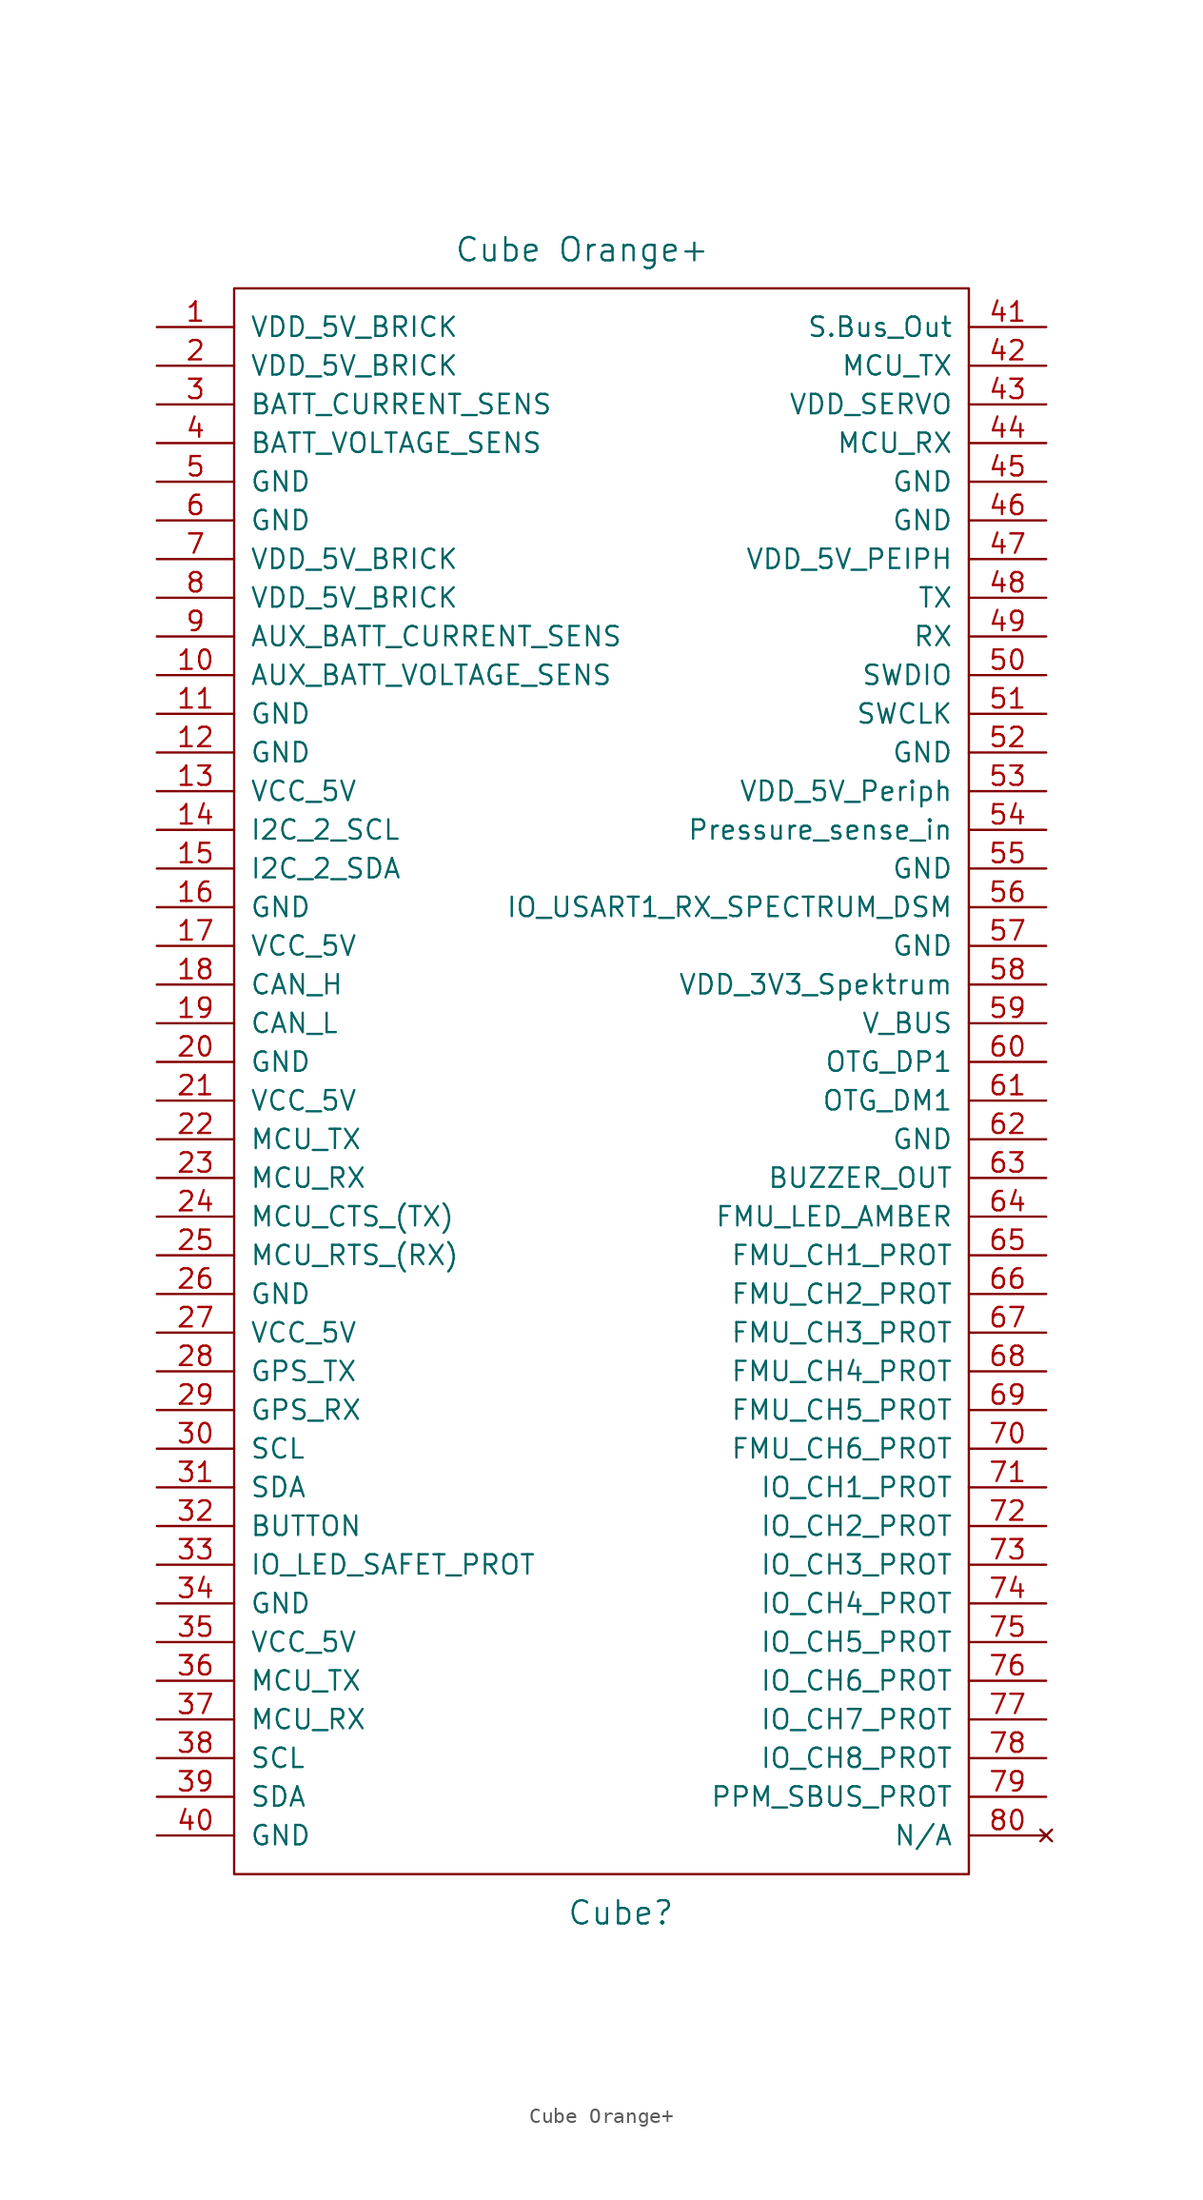
<source format=kicad_sym>
(kicad_symbol_lib
  (version 20231120)
  (generator "kicad_symbol_editor")
  (generator_version "8.0")
  (symbol "Cube Orange+"
    (pin_names
      (offset 1.016))
    (property "Reference" "Cube"
      (at 2.54 -55.88 0)
      (effects (font (size 1.524 1.524))))
    (property "Value" "Cube Orange+"
      (at 0 53.34 0)
      (effects (font (size 1.524 1.524))))
    (symbol "Cube Orange+_0_1"
      (rectangle (start -22.86 50.8) (end 25.4 -53.34) (stroke (width 0) (type solid)) (fill (type none))))
    (symbol "Cube Orange+_1_1"
      (pin input line (at -27.94 48.26 0) (length 5.08) (name "VDD_5V_BRICK" (effects (font (size 1.27 1.27)))) (number "1" (effects (font (size 1.27 1.27)))))
      (pin input line (at -27.94 25.4 0) (length 5.08) (name "AUX_BATT_VOLTAGE_SENS" (effects (font (size 1.27 1.27)))) (number "10" (effects (font (size 1.27 1.27)))))
      (pin unspecified line (at -27.94 22.86 0) (length 5.08) (name "GND" (effects (font (size 1.27 1.27)))) (number "11" (effects (font (size 1.27 1.27)))))
      (pin unspecified line (at -27.94 20.32 0) (length 5.08) (name "GND" (effects (font (size 1.27 1.27)))) (number "12" (effects (font (size 1.27 1.27)))))
      (pin output line (at -27.94 17.78 0) (length 5.08) (name "VCC_5V" (effects (font (size 1.27 1.27)))) (number "13" (effects (font (size 1.27 1.27)))))
      (pin bidirectional line (at -27.94 15.24 0) (length 5.08) (name "I2C_2_SCL" (effects (font (size 1.27 1.27)))) (number "14" (effects (font (size 1.27 1.27)))))
      (pin bidirectional line (at -27.94 12.7 0) (length 5.08) (name "I2C_2_SDA" (effects (font (size 1.27 1.27)))) (number "15" (effects (font (size 1.27 1.27)))))
      (pin unspecified line (at -27.94 10.16 0) (length 5.08) (name "GND" (effects (font (size 1.27 1.27)))) (number "16" (effects (font (size 1.27 1.27)))))
      (pin output line (at -27.94 7.62 0) (length 5.08) (name "VCC_5V" (effects (font (size 1.27 1.27)))) (number "17" (effects (font (size 1.27 1.27)))))
      (pin bidirectional line (at -27.94 5.08 0) (length 5.08) (name "CAN_H" (effects (font (size 1.27 1.27)))) (number "18" (effects (font (size 1.27 1.27)))))
      (pin bidirectional line (at -27.94 2.54 0) (length 5.08) (name "CAN_L" (effects (font (size 1.27 1.27)))) (number "19" (effects (font (size 1.27 1.27)))))
      (pin input line (at -27.94 45.72 0) (length 5.08) (name "VDD_5V_BRICK" (effects (font (size 1.27 1.27)))) (number "2" (effects (font (size 1.27 1.27)))))
      (pin unspecified line (at -27.94 0 0) (length 5.08) (name "GND" (effects (font (size 1.27 1.27)))) (number "20" (effects (font (size 1.27 1.27)))))
      (pin output line (at -27.94 -2.54 0) (length 5.08) (name "VCC_5V" (effects (font (size 1.27 1.27)))) (number "21" (effects (font (size 1.27 1.27)))))
      (pin output line (at -27.94 -5.08 0) (length 5.08) (name "MCU_TX" (effects (font (size 1.27 1.27)))) (number "22" (effects (font (size 1.27 1.27)))))
      (pin input line (at -27.94 -7.62 0) (length 5.08) (name "MCU_RX" (effects (font (size 1.27 1.27)))) (number "23" (effects (font (size 1.27 1.27)))))
      (pin output line (at -27.94 -10.16 0) (length 5.08) (name "MCU_CTS_(TX)" (effects (font (size 1.27 1.27)))) (number "24" (effects (font (size 1.27 1.27)))))
      (pin input line (at -27.94 -12.7 0) (length 5.08) (name "MCU_RTS_(RX)" (effects (font (size 1.27 1.27)))) (number "25" (effects (font (size 1.27 1.27)))))
      (pin unspecified line (at -27.94 -15.24 0) (length 5.08) (name "GND" (effects (font (size 1.27 1.27)))) (number "26" (effects (font (size 1.27 1.27)))))
      (pin input line (at -27.94 -17.78 0) (length 5.08) (name "VCC_5V" (effects (font (size 1.27 1.27)))) (number "27" (effects (font (size 1.27 1.27)))))
      (pin input line (at -27.94 -20.32 0) (length 5.08) (name "GPS_TX" (effects (font (size 1.27 1.27)))) (number "28" (effects (font (size 1.27 1.27)))))
      (pin output line (at -27.94 -22.86 0) (length 5.08) (name "GPS_RX" (effects (font (size 1.27 1.27)))) (number "29" (effects (font (size 1.27 1.27)))))
      (pin input line (at -27.94 43.18 0) (length 5.08) (name "BATT_CURRENT_SENS" (effects (font (size 1.27 1.27)))) (number "3" (effects (font (size 1.27 1.27)))))
      (pin input line (at -27.94 -25.4 0) (length 5.08) (name "SCL" (effects (font (size 1.27 1.27)))) (number "30" (effects (font (size 1.27 1.27)))))
      (pin bidirectional line (at -27.94 -27.94 0) (length 5.08) (name "SDA" (effects (font (size 1.27 1.27)))) (number "31" (effects (font (size 1.27 1.27)))))
      (pin output line (at -27.94 -30.48 0) (length 5.08) (name "BUTTON" (effects (font (size 1.27 1.27)))) (number "32" (effects (font (size 1.27 1.27)))))
      (pin output line (at -27.94 -33.02 0) (length 5.08) (name "IO_LED_SAFET_PROT" (effects (font (size 1.27 1.27)))) (number "33" (effects (font (size 1.27 1.27)))))
      (pin unspecified line (at -27.94 -35.56 0) (length 5.08) (name "GND" (effects (font (size 1.27 1.27)))) (number "34" (effects (font (size 1.27 1.27)))))
      (pin output line (at -27.94 -38.1 0) (length 5.08) (name "VCC_5V" (effects (font (size 1.27 1.27)))) (number "35" (effects (font (size 1.27 1.27)))))
      (pin output line (at -27.94 -40.64 0) (length 5.08) (name "MCU_TX" (effects (font (size 1.27 1.27)))) (number "36" (effects (font (size 1.27 1.27)))))
      (pin input line (at -27.94 -43.18 0) (length 5.08) (name "MCU_RX" (effects (font (size 1.27 1.27)))) (number "37" (effects (font (size 1.27 1.27)))))
      (pin output line (at -27.94 -45.72 0) (length 5.08) (name "SCL" (effects (font (size 1.27 1.27)))) (number "38" (effects (font (size 1.27 1.27)))))
      (pin input line (at -27.94 -48.26 0) (length 5.08) (name "SDA" (effects (font (size 1.27 1.27)))) (number "39" (effects (font (size 1.27 1.27)))))
      (pin input line (at -27.94 40.64 0) (length 5.08) (name "BATT_VOLTAGE_SENS" (effects (font (size 1.27 1.27)))) (number "4" (effects (font (size 1.27 1.27)))))
      (pin unspecified line (at -27.94 -50.8 0) (length 5.08) (name "GND" (effects (font (size 1.27 1.27)))) (number "40" (effects (font (size 1.27 1.27)))))
      (pin output line (at 30.48 48.26 180) (length 5.08) (name "S.Bus_Out" (effects (font (size 1.27 1.27)))) (number "41" (effects (font (size 1.27 1.27)))))
      (pin output line (at 30.48 45.72 180) (length 5.08) (name "MCU_TX" (effects (font (size 1.27 1.27)))) (number "42" (effects (font (size 1.27 1.27)))))
      (pin input line (at 30.48 43.18 180) (length 5.08) (name "VDD_SERVO" (effects (font (size 1.27 1.27)))) (number "43" (effects (font (size 1.27 1.27)))))
      (pin output line (at 30.48 40.64 180) (length 5.08) (name "MCU_RX" (effects (font (size 1.27 1.27)))) (number "44" (effects (font (size 1.27 1.27)))))
      (pin unspecified line (at 30.48 38.1 180) (length 5.08) (name "GND" (effects (font (size 1.27 1.27)))) (number "45" (effects (font (size 1.27 1.27)))))
      (pin unspecified line (at 30.48 35.56 180) (length 5.08) (name "GND" (effects (font (size 1.27 1.27)))) (number "46" (effects (font (size 1.27 1.27)))))
      (pin output line (at 30.48 33.02 180) (length 5.08) (name "VDD_5V_PEIPH" (effects (font (size 1.27 1.27)))) (number "47" (effects (font (size 1.27 1.27)))))
      (pin output line (at 30.48 30.48 180) (length 5.08) (name "TX" (effects (font (size 1.27 1.27)))) (number "48" (effects (font (size 1.27 1.27)))))
      (pin input line (at 30.48 27.94 180) (length 5.08) (name "RX" (effects (font (size 1.27 1.27)))) (number "49" (effects (font (size 1.27 1.27)))))
      (pin unspecified line (at -27.94 38.1 0) (length 5.08) (name "GND" (effects (font (size 1.27 1.27)))) (number "5" (effects (font (size 1.27 1.27)))))
      (pin bidirectional line (at 30.48 25.4 180) (length 5.08) (name "SWDIO" (effects (font (size 1.27 1.27)))) (number "50" (effects (font (size 1.27 1.27)))))
      (pin bidirectional line (at 30.48 22.86 180) (length 5.08) (name "SWCLK" (effects (font (size 1.27 1.27)))) (number "51" (effects (font (size 1.27 1.27)))))
      (pin unspecified line (at 30.48 20.32 180) (length 5.08) (name "GND" (effects (font (size 1.27 1.27)))) (number "52" (effects (font (size 1.27 1.27)))))
      (pin output line (at 30.48 17.78 180) (length 5.08) (name "VDD_5V_Periph" (effects (font (size 1.27 1.27)))) (number "53" (effects (font (size 1.27 1.27)))))
      (pin input line (at 30.48 15.24 180) (length 5.08) (name "Pressure_sense_in" (effects (font (size 1.27 1.27)))) (number "54" (effects (font (size 1.27 1.27)))))
      (pin unspecified line (at 30.48 12.7 180) (length 5.08) (name "GND" (effects (font (size 1.27 1.27)))) (number "55" (effects (font (size 1.27 1.27)))))
      (pin input line (at 30.48 10.16 180) (length 5.08) (name "IO_USART1_RX_SPECTRUM_DSM" (effects (font (size 1.27 1.27)))) (number "56" (effects (font (size 1.27 1.27)))))
      (pin unspecified line (at 30.48 7.62 180) (length 5.08) (name "GND" (effects (font (size 1.27 1.27)))) (number "57" (effects (font (size 1.27 1.27)))))
      (pin output line (at 30.48 5.08 180) (length 5.08) (name "VDD_3V3_Spektrum" (effects (font (size 1.27 1.27)))) (number "58" (effects (font (size 1.27 1.27)))))
      (pin output line (at 30.48 2.54 180) (length 5.08) (name "V_BUS" (effects (font (size 1.27 1.27)))) (number "59" (effects (font (size 1.27 1.27)))))
      (pin unspecified line (at -27.94 35.56 0) (length 5.08) (name "GND" (effects (font (size 1.27 1.27)))) (number "6" (effects (font (size 1.27 1.27)))))
      (pin bidirectional line (at 30.48 0 180) (length 5.08) (name "OTG_DP1" (effects (font (size 1.27 1.27)))) (number "60" (effects (font (size 1.27 1.27)))))
      (pin bidirectional line (at 30.48 -2.54 180) (length 5.08) (name "OTG_DM1" (effects (font (size 1.27 1.27)))) (number "61" (effects (font (size 1.27 1.27)))))
      (pin unspecified line (at 30.48 -5.08 180) (length 5.08) (name "GND" (effects (font (size 1.27 1.27)))) (number "62" (effects (font (size 1.27 1.27)))))
      (pin output line (at 30.48 -7.62 180) (length 5.08) (name "BUZZER_OUT" (effects (font (size 1.27 1.27)))) (number "63" (effects (font (size 1.27 1.27)))))
      (pin output line (at 30.48 -10.16 180) (length 5.08) (name "FMU_LED_AMBER" (effects (font (size 1.27 1.27)))) (number "64" (effects (font (size 1.27 1.27)))))
      (pin output line (at 30.48 -12.7 180) (length 5.08) (name "FMU_CH1_PROT" (effects (font (size 1.27 1.27)))) (number "65" (effects (font (size 1.27 1.27)))))
      (pin output line (at 30.48 -15.24 180) (length 5.08) (name "FMU_CH2_PROT" (effects (font (size 1.27 1.27)))) (number "66" (effects (font (size 1.27 1.27)))))
      (pin output line (at 30.48 -17.78 180) (length 5.08) (name "FMU_CH3_PROT" (effects (font (size 1.27 1.27)))) (number "67" (effects (font (size 1.27 1.27)))))
      (pin output line (at 30.48 -20.32 180) (length 5.08) (name "FMU_CH4_PROT" (effects (font (size 1.27 1.27)))) (number "68" (effects (font (size 1.27 1.27)))))
      (pin output line (at 30.48 -22.86 180) (length 5.08) (name "FMU_CH5_PROT" (effects (font (size 1.27 1.27)))) (number "69" (effects (font (size 1.27 1.27)))))
      (pin input line (at -27.94 33.02 0) (length 5.08) (name "VDD_5V_BRICK" (effects (font (size 1.27 1.27)))) (number "7" (effects (font (size 1.27 1.27)))))
      (pin output line (at 30.48 -25.4 180) (length 5.08) (name "FMU_CH6_PROT" (effects (font (size 1.27 1.27)))) (number "70" (effects (font (size 1.27 1.27)))))
      (pin output line (at 30.48 -27.94 180) (length 5.08) (name "IO_CH1_PROT" (effects (font (size 1.27 1.27)))) (number "71" (effects (font (size 1.27 1.27)))))
      (pin output line (at 30.48 -30.48 180) (length 5.08) (name "IO_CH2_PROT" (effects (font (size 1.27 1.27)))) (number "72" (effects (font (size 1.27 1.27)))))
      (pin output line (at 30.48 -33.02 180) (length 5.08) (name "IO_CH3_PROT" (effects (font (size 1.27 1.27)))) (number "73" (effects (font (size 1.27 1.27)))))
      (pin output line (at 30.48 -35.56 180) (length 5.08) (name "IO_CH4_PROT" (effects (font (size 1.27 1.27)))) (number "74" (effects (font (size 1.27 1.27)))))
      (pin output line (at 30.48 -38.1 180) (length 5.08) (name "IO_CH5_PROT" (effects (font (size 1.27 1.27)))) (number "75" (effects (font (size 1.27 1.27)))))
      (pin output line (at 30.48 -40.64 180) (length 5.08) (name "IO_CH6_PROT" (effects (font (size 1.27 1.27)))) (number "76" (effects (font (size 1.27 1.27)))))
      (pin output line (at 30.48 -43.18 180) (length 5.08) (name "IO_CH7_PROT" (effects (font (size 1.27 1.27)))) (number "77" (effects (font (size 1.27 1.27)))))
      (pin output line (at 30.48 -45.72 180) (length 5.08) (name "IO_CH8_PROT" (effects (font (size 1.27 1.27)))) (number "78" (effects (font (size 1.27 1.27)))))
      (pin bidirectional line (at 30.48 -48.26 180) (length 5.08) (name "PPM_SBUS_PROT" (effects (font (size 1.27 1.27)))) (number "79" (effects (font (size 1.27 1.27)))))
      (pin input line (at -27.94 30.48 0) (length 5.08) (name "VDD_5V_BRICK" (effects (font (size 1.27 1.27)))) (number "8" (effects (font (size 1.27 1.27)))))
      (pin no_connect line (at 30.48 -50.8 180) (length 5.08) (name "N/A" (effects (font (size 1.27 1.27)))) (number "80" (effects (font (size 1.27 1.27)))))
      (pin input line (at -27.94 27.94 0) (length 5.08) (name "AUX_BATT_CURRENT_SENS" (effects (font (size 1.27 1.27)))) (number "9" (effects (font (size 1.27 1.27))))))))
</source>
